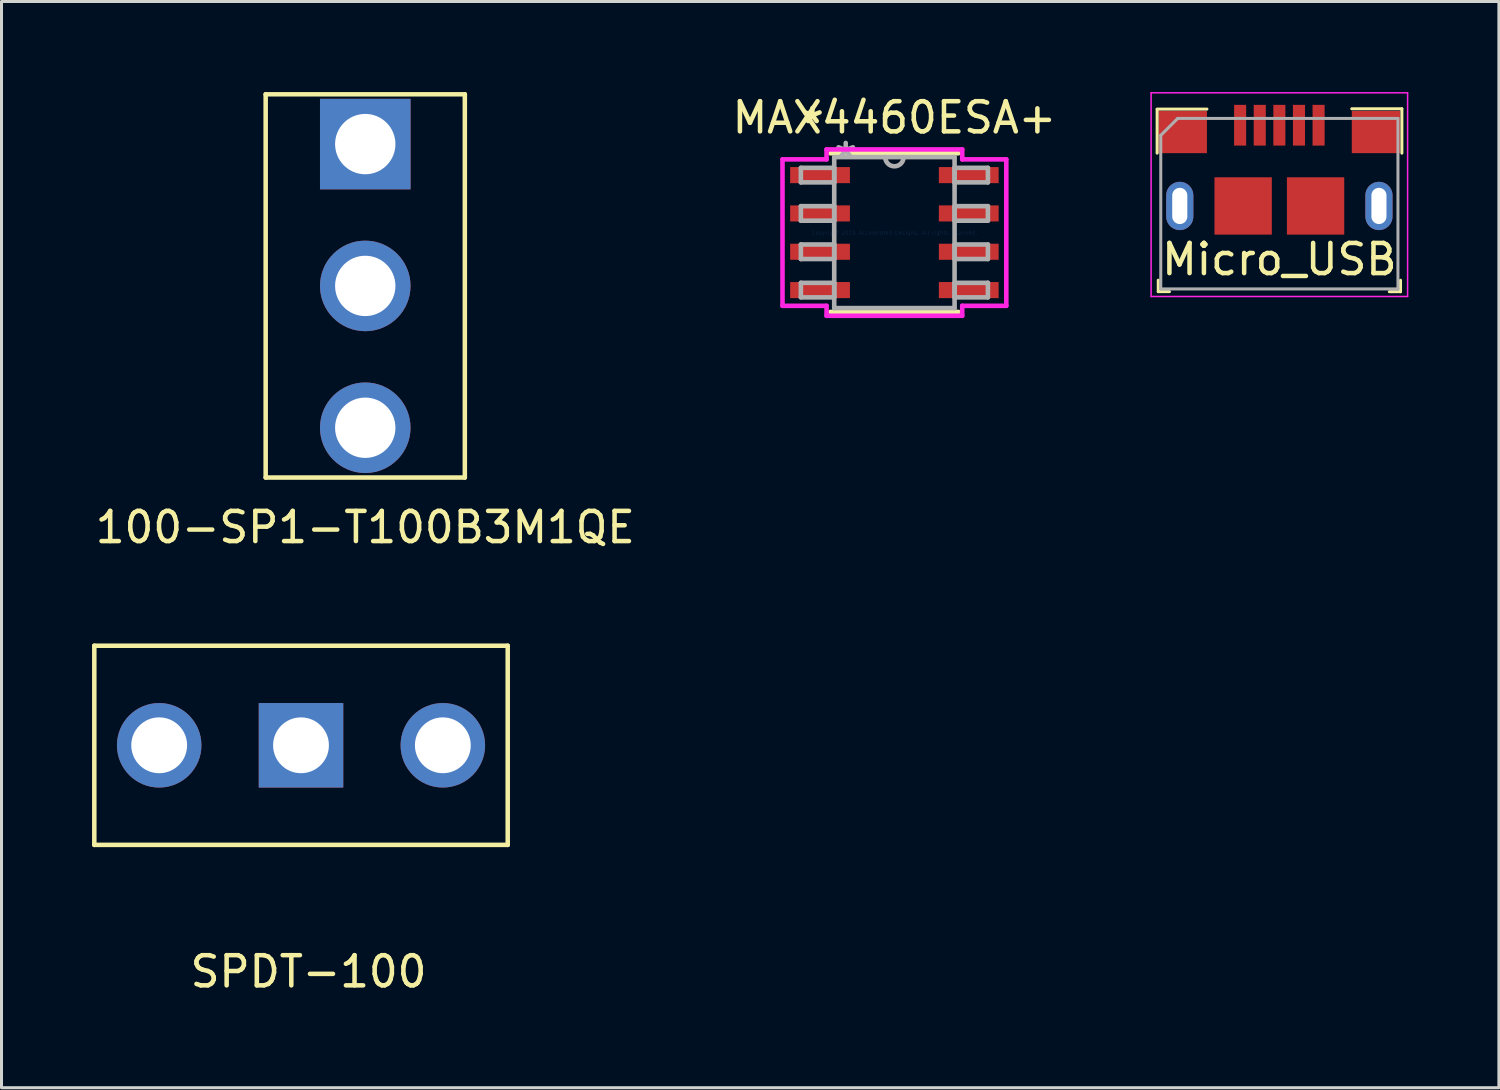
<source format=kicad_pcb>
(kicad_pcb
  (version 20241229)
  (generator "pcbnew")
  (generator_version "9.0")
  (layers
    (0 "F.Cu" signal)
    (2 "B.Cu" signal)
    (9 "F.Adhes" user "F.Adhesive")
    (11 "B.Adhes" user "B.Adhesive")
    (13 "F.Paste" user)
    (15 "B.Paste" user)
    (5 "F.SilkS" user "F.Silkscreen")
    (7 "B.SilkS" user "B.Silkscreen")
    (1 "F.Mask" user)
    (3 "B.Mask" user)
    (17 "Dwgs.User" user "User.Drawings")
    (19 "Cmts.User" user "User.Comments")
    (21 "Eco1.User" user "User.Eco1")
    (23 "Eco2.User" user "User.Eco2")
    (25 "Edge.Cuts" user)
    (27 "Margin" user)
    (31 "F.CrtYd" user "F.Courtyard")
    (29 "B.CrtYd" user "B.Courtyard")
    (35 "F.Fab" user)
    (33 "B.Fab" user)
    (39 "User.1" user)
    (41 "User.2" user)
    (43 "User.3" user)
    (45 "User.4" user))
  (footprint "SPDT-100"
    (layer "F.Cu")
    (at 6.925 21.648)
    (property "Reference" "SPDT-100" (at 0.25 7.5 0) (layer "F.SilkS") (effects (font (size 1 1) (thickness 0.15))))
    (attr through_hole)
    (fp_line (start -6.85 3.3) (end -6.85 -3.3) (stroke (width 0.15) (type solid)) (layer "F.SilkS"))
    (fp_line (start -6.85 3.3) (end 6.85 3.3) (stroke (width 0.15) (type solid)) (layer "F.SilkS"))
    (fp_line (start 6.85 -3.3) (end -6.85 -3.3) (stroke (width 0.15) (type solid)) (layer "F.SilkS"))
    (fp_line (start 6.85 3.3) (end 6.85 -3.3) (stroke (width 0.15) (type solid)) (layer "F.SilkS"))
    (pad "1" thru_hole circle (at -4.7 0) (size 2.8 2.8) (drill 1.85) (layers "*.Cu" "*.Mask"))
    (pad "2" thru_hole rect (at 0 0) (size 2.8 2.8) (drill 1.85) (layers "*.Cu" "*.Mask"))
    (pad "3" thru_hole circle (at 4.7 0) (size 2.8 2.8) (drill 1.85) (layers "*.Cu" "*.Mask")))
  (footprint "MAX4460ESA+"
    (layer "F.Cu")
    (at 26.589 4.658)
    (property "Reference" "MAX4460ESA+" (at 0 -3.81 0) (layer "F.SilkS") (effects (font (size 1 1) (thickness 0.15))))
    (attr through_hole)
    (fp_line (start -2.121 2.629) (end 2.121 2.629) (stroke (width 0.152) (type solid)) (layer "F.SilkS"))
    (fp_line (start 2.121 -2.629) (end -2.121 -2.629) (stroke (width 0.152) (type solid)) (layer "F.SilkS"))
    (fp_line (start -3.708 -2.426) (end -2.248 -2.426) (stroke (width 0.152) (type solid)) (layer "F.CrtYd"))
    (fp_line (start -3.708 2.426) (end -3.708 -2.426) (stroke (width 0.152) (type solid)) (layer "F.CrtYd"))
    (fp_line (start -2.248 -2.756) (end 2.248 -2.756) (stroke (width 0.152) (type solid)) (layer "F.CrtYd"))
    (fp_line (start -2.248 -2.426) (end -2.248 -2.756) (stroke (width 0.152) (type solid)) (layer "F.CrtYd"))
    (fp_line (start -2.248 2.426) (end -3.708 2.426) (stroke (width 0.152) (type solid)) (layer "F.CrtYd"))
    (fp_line (start -2.248 2.756) (end -2.248 2.426) (stroke (width 0.152) (type solid)) (layer "F.CrtYd"))
    (fp_line (start 2.248 -2.756) (end 2.248 -2.426) (stroke (width 0.152) (type solid)) (layer "F.CrtYd"))
    (fp_line (start 2.248 -2.426) (end 3.708 -2.426) (stroke (width 0.152) (type solid)) (layer "F.CrtYd"))
    (fp_line (start 2.248 2.426) (end 2.248 2.756) (stroke (width 0.152) (type solid)) (layer "F.CrtYd"))
    (fp_line (start 2.248 2.756) (end -2.248 2.756) (stroke (width 0.152) (type solid)) (layer "F.CrtYd"))
    (fp_line (start 3.708 -2.426) (end 3.708 2.426) (stroke (width 0.152) (type solid)) (layer "F.CrtYd"))
    (fp_line (start 3.708 2.426) (end 2.248 2.426) (stroke (width 0.152) (type solid)) (layer "F.CrtYd"))
    (fp_line (start -3.099 -2.146) (end -3.099 -1.664) (stroke (width 0.152) (type solid)) (layer "F.Fab"))
    (fp_line (start -3.099 -1.664) (end -1.994 -1.664) (stroke (width 0.152) (type solid)) (layer "F.Fab"))
    (fp_line (start -3.099 -0.876) (end -3.099 -0.394) (stroke (width 0.152) (type solid)) (layer "F.Fab"))
    (fp_line (start -3.099 -0.394) (end -1.994 -0.394) (stroke (width 0.152) (type solid)) (layer "F.Fab"))
    (fp_line (start -3.099 0.394) (end -3.099 0.876) (stroke (width 0.152) (type solid)) (layer "F.Fab"))
    (fp_line (start -3.099 0.876) (end -1.994 0.876) (stroke (width 0.152) (type solid)) (layer "F.Fab"))
    (fp_line (start -3.099 1.664) (end -3.099 2.146) (stroke (width 0.152) (type solid)) (layer "F.Fab"))
    (fp_line (start -3.099 2.146) (end -1.994 2.146) (stroke (width 0.152) (type solid)) (layer "F.Fab"))
    (fp_line (start -1.994 -2.502) (end -1.994 2.502) (stroke (width 0.152) (type solid)) (layer "F.Fab"))
    (fp_line (start -1.994 -2.146) (end -3.099 -2.146) (stroke (width 0.152) (type solid)) (layer "F.Fab"))
    (fp_line (start -1.994 -1.664) (end -1.994 -2.146) (stroke (width 0.152) (type solid)) (layer "F.Fab"))
    (fp_line (start -1.994 -0.876) (end -3.099 -0.876) (stroke (width 0.152) (type solid)) (layer "F.Fab"))
    (fp_line (start -1.994 -0.394) (end -1.994 -0.876) (stroke (width 0.152) (type solid)) (layer "F.Fab"))
    (fp_line (start -1.994 0.394) (end -3.099 0.394) (stroke (width 0.152) (type solid)) (layer "F.Fab"))
    (fp_line (start -1.994 0.876) (end -1.994 0.394) (stroke (width 0.152) (type solid)) (layer "F.Fab"))
    (fp_line (start -1.994 1.664) (end -3.099 1.664) (stroke (width 0.152) (type solid)) (layer "F.Fab"))
    (fp_line (start -1.994 2.146) (end -1.994 1.664) (stroke (width 0.152) (type solid)) (layer "F.Fab"))
    (fp_line (start -1.994 2.502) (end 1.994 2.502) (stroke (width 0.152) (type solid)) (layer "F.Fab"))
    (fp_line (start 1.994 -2.502) (end -1.994 -2.502) (stroke (width 0.152) (type solid)) (layer "F.Fab"))
    (fp_line (start 1.994 -2.146) (end 1.994 -1.664) (stroke (width 0.152) (type solid)) (layer "F.Fab"))
    (fp_line (start 1.994 -1.664) (end 3.099 -1.664) (stroke (width 0.152) (type solid)) (layer "F.Fab"))
    (fp_line (start 1.994 -0.876) (end 1.994 -0.394) (stroke (width 0.152) (type solid)) (layer "F.Fab"))
    (fp_line (start 1.994 -0.394) (end 3.099 -0.394) (stroke (width 0.152) (type solid)) (layer "F.Fab"))
    (fp_line (start 1.994 0.394) (end 1.994 0.876) (stroke (width 0.152) (type solid)) (layer "F.Fab"))
    (fp_line (start 1.994 0.876) (end 3.099 0.876) (stroke (width 0.152) (type solid)) (layer "F.Fab"))
    (fp_line (start 1.994 1.664) (end 1.994 2.146) (stroke (width 0.152) (type solid)) (layer "F.Fab"))
    (fp_line (start 1.994 2.146) (end 3.099 2.146) (stroke (width 0.152) (type solid)) (layer "F.Fab"))
    (fp_line (start 1.994 2.502) (end 1.994 -2.502) (stroke (width 0.152) (type solid)) (layer "F.Fab"))
    (fp_line (start 3.099 -2.146) (end 1.994 -2.146) (stroke (width 0.152) (type solid)) (layer "F.Fab"))
    (fp_line (start 3.099 -1.664) (end 3.099 -2.146) (stroke (width 0.152) (type solid)) (layer "F.Fab"))
    (fp_line (start 3.099 -0.876) (end 1.994 -0.876) (stroke (width 0.152) (type solid)) (layer "F.Fab"))
    (fp_line (start 3.099 -0.394) (end 3.099 -0.876) (stroke (width 0.152) (type solid)) (layer "F.Fab"))
    (fp_line (start 3.099 0.394) (end 1.994 0.394) (stroke (width 0.152) (type solid)) (layer "F.Fab"))
    (fp_line (start 3.099 0.876) (end 3.099 0.394) (stroke (width 0.152) (type solid)) (layer "F.Fab"))
    (fp_line (start 3.099 1.664) (end 1.994 1.664) (stroke (width 0.152) (type solid)) (layer "F.Fab"))
    (fp_line (start 3.099 2.146) (end 3.099 1.664) (stroke (width 0.152) (type solid)) (layer "F.Fab"))
    (fp_arc (start 0.3048 -2.5019) (mid 0 -2.1971) (end -0.3048 -2.5019) (stroke (width 0.1524) (type solid)) (layer "F.Fab"))
    (fp_text user "*" (at -2.718 -3.581 0) (layer "F.SilkS") (effects (font (size 1 1) (thickness 0.15))))
    (fp_text user "Copyright 2016 Accelerated Designs. All rights reserved." (at 0 0 0) (layer "Cmts.User") (effects (font (size 0.127 0.127) (thickness 0.002))))
    (fp_text user "*" (at -1.613 -2.426 0) (layer "F.Fab") (effects (font (size 1 1) (thickness 0.15))))
    (pad "1" smd rect (at -2.464 -1.905) (size 1.981 0.533) (layers "F.Cu" "F.Mask" "F.Paste"))
    (pad "2" smd rect (at -2.464 -0.635) (size 1.981 0.533) (layers "F.Cu" "F.Mask" "F.Paste"))
    (pad "3" smd rect (at -2.464 0.635) (size 1.981 0.533) (layers "F.Cu" "F.Mask" "F.Paste"))
    (pad "4" smd rect (at -2.464 1.905) (size 1.981 0.533) (layers "F.Cu" "F.Mask" "F.Paste"))
    (pad "5" smd rect (at 2.464 1.905) (size 1.981 0.533) (layers "F.Cu" "F.Mask" "F.Paste"))
    (pad "6" smd rect (at 2.464 0.635) (size 1.981 0.533) (layers "F.Cu" "F.Mask" "F.Paste"))
    (pad "7" smd rect (at 2.464 -0.635) (size 1.981 0.533) (layers "F.Cu" "F.Mask" "F.Paste"))
    (pad "8" smd rect (at 2.464 -1.905) (size 1.981 0.533) (layers "F.Cu" "F.Mask" "F.Paste")))
  (footprint "100-SP1-T100B3M1QE"
    (layer "F.Cu")
    (at 9.054 6.425)
    (property "Reference" "100-SP1-T100B3M1QE" (at 0 8 0) (layer "F.SilkS") (effects (font (size 1 1) (thickness 0.15))))
    (attr through_hole)
    (fp_line (start -3.3 -6.35) (end -3.3 6.35) (stroke (width 0.15) (type solid)) (layer "F.SilkS"))
    (fp_line (start -3.3 -6.35) (end 3.3 -6.35) (stroke (width 0.15) (type solid)) (layer "F.SilkS"))
    (fp_line (start 3.3 6.35) (end -3.3 6.35) (stroke (width 0.15) (type solid)) (layer "F.SilkS"))
    (fp_line (start 3.3 6.35) (end 3.3 -6.35) (stroke (width 0.15) (type solid)) (layer "F.SilkS"))
    (pad "1" thru_hole rect (at 0 -4.7) (size 3 3) (drill 2) (layers "*.Cu" "*.Mask"))
    (pad "2" thru_hole circle (at 0 0) (size 3 3) (drill 2) (layers "*.Cu" "*.Mask"))
    (pad "3" thru_hole circle (at 0 4.7) (size 3 3) (drill 2) (layers "*.Cu" "*.Mask")))
  (footprint "Micro_USB"
    (layer "F.Cu")
    (at 39.346 5.045)
    (property "Reference" "Micro_USB" (at 0 0.5 0) (layer "F.SilkS") (effects (font (size 1 1) (thickness 0.15))))
    (attr through_hole)
    (fp_line (start -4.05 -4.48) (end -2.4 -4.48) (stroke (width 0.1) (type solid)) (layer "F.SilkS"))
    (fp_line (start -4.05 -4.47) (end -4.05 -3.02) (stroke (width 0.1) (type solid)) (layer "F.SilkS"))
    (fp_line (start -4.013 1.19) (end -4.013 1.57) (stroke (width 0.1) (type solid)) (layer "F.SilkS"))
    (fp_line (start -4.013 1.57) (end -3.643 1.57) (stroke (width 0.1) (type solid)) (layer "F.SilkS"))
    (fp_line (start 4.015 1.192) (end 4.015 1.572) (stroke (width 0.1) (type solid)) (layer "F.SilkS"))
    (fp_line (start 4.015 1.572) (end 3.645 1.572) (stroke (width 0.1) (type solid)) (layer "F.SilkS"))
    (fp_line (start 4.06 -4.49) (end 2.4 -4.49) (stroke (width 0.1) (type solid)) (layer "F.SilkS"))
    (fp_line (start 4.06 -4.49) (end 4.06 -3.02) (stroke (width 0.1) (type solid)) (layer "F.SilkS"))
    (fp_line (start -4.25 -5.02) (end -4.25 1.73) (stroke (width 0.05) (type solid)) (layer "F.CrtYd"))
    (fp_line (start -4.25 -5.02) (end 4.25 -5.02) (stroke (width 0.05) (type solid)) (layer "F.CrtYd"))
    (fp_line (start -4.25 1.73) (end 4.25 1.73) (stroke (width 0.05) (type solid)) (layer "F.CrtYd"))
    (fp_line (start 4.25 -5.02) (end 4.25 1.73) (stroke (width 0.05) (type solid)) (layer "F.CrtYd"))
    (fp_line (start -3.93 -3.61) (end -3.37 -4.17) (stroke (width 0.1) (type solid)) (layer "F.Fab"))
    (fp_line (start -3.93 1.48) (end -3.93 -3.61) (stroke (width 0.1) (type solid)) (layer "F.Fab"))
    (fp_line (start -3.93 1.48) (end 3.93 1.48) (stroke (width 0.1) (type solid)) (layer "F.Fab"))
    (fp_line (start 3.93 -4.17) (end -3.37 -4.17) (stroke (width 0.1) (type solid)) (layer "F.Fab"))
    (fp_line (start 3.93 1.48) (end 3.93 -4.17) (stroke (width 0.1) (type solid)) (layer "F.Fab"))
    (pad "1" smd rect (at -1.3 -3.945) (size 0.4 1.35) (layers "F.Cu" "F.Mask" "F.Paste"))
    (pad "2" smd rect (at -0.65 -3.945) (size 0.4 1.35) (layers "F.Cu" "F.Mask" "F.Paste"))
    (pad "3" smd rect (at 0 -3.945) (size 0.4 1.35) (layers "F.Cu" "F.Mask" "F.Paste"))
    (pad "4" smd rect (at 0.65 -3.945) (size 0.4 1.35) (layers "F.Cu" "F.Mask" "F.Paste"))
    (pad "5" smd rect (at 1.3 -3.945) (size 0.4 1.35) (layers "F.Cu" "F.Mask" "F.Paste"))
    (pad "SH" thru_hole oval (at -3.3 -1.27) (size 0.9 1.6) (drill oval 0.5 1.2) (layers "*.Cu" "*.Mask"))
    (pad "SH" smd rect (at -3.2 -3.72) (size 1.6 1.4) (layers "F.Cu" "F.Mask" "F.Paste"))
    (pad "SH" smd rect (at -1.2 -1.27) (size 1.9 1.9) (layers "F.Cu" "F.Mask" "F.Paste"))
    (pad "SH" smd rect (at 1.2 -1.27) (size 1.9 1.9) (layers "F.Cu" "F.Mask" "F.Paste"))
    (pad "SH" smd rect (at 3.2 -3.72) (size 1.6 1.4) (layers "F.Cu" "F.Mask" "F.Paste"))
    (pad "SH" thru_hole oval (at 3.3 -1.27) (size 0.9 1.6) (drill oval 0.5 1.2) (layers "*.Cu" "*.Mask")))
  (gr_rect
    (start -3 -3)
    (end 46.621 32.996)
    (stroke (width 0.1) (type default))
    (fill no)
    (layer "Edge.Cuts")))
</source>
